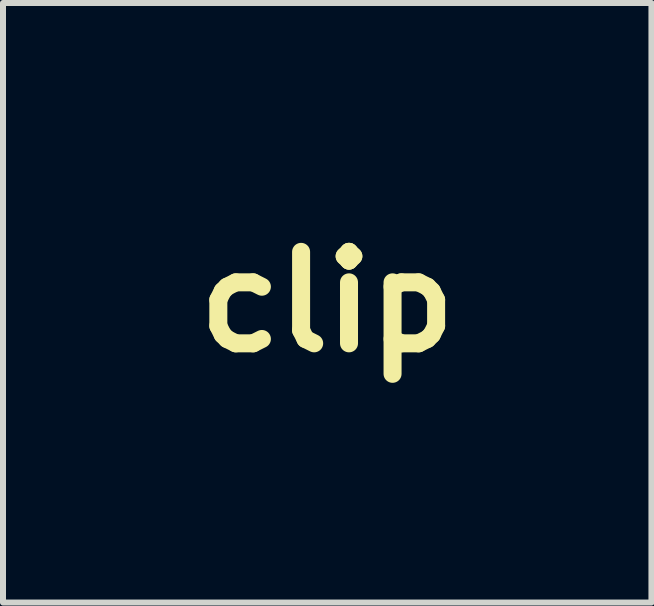
<source format=kicad_pcb>
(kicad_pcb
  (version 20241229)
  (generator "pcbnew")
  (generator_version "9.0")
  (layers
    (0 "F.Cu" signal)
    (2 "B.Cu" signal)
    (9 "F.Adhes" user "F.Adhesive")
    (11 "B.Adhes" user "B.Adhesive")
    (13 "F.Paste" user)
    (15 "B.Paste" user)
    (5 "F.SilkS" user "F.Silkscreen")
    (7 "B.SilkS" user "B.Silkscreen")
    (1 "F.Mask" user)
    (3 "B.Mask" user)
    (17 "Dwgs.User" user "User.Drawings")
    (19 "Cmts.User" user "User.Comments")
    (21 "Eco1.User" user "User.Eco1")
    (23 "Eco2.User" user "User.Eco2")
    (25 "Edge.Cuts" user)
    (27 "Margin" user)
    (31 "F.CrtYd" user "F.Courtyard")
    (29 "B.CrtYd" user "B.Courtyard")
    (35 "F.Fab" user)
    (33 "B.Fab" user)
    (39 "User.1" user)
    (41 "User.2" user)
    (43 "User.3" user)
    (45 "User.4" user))
  (footprint "clip"
    (layer "F.Cu")
    (at 2.402 1.981)
    (property "Reference" "clip" (at 0 0 0) (layer "F.SilkS") (effects (font (size 1.524 1.524) (thickness 0.3))))
    (attr through_hole)
    (fp_poly (pts (xy 0.095 -0.476) (xy 0.141 -0.473) (xy 0.176 -0.468) (xy 0.207 -0.458) (xy 0.242 -0.442) (xy 0.247 -0.439) (xy 0.338 -0.381) (xy 0.416 -0.304) (xy 0.475 -0.214) (xy 0.477 -0.209) (xy 0.494 -0.173) (xy 0.505 -0.142) (xy 0.511 -0.108) (xy 0.514 -0.065) (xy 0.514 -0.004) (xy 0.514 0.006) (xy 0.514 0.07) (xy 0.511 0.115) (xy 0.506 0.15) (xy 0.496 0.181) (xy 0.48 0.216) (xy 0.477 0.222) (xy 0.42 0.311) (xy 0.346 0.387) (xy 0.259 0.446) (xy 0.25 0.45) (xy 0.208 0.469) (xy 0.167 0.48) (xy 0.12 0.487) (xy 0.06 0.49) (xy 0.000223 0.491) (xy -0.056 0.488) (xy -0.101 0.483) (xy -0.111 0.481) (xy -0.19 0.451) (xy -0.266 0.4) (xy -0.335 0.334) (xy -0.392 0.258) (xy -0.432 0.177) (xy -0.445 0.13) (xy -0.458 0.014) (xy -0.447 -0.096) (xy -0.415 -0.198) (xy -0.363 -0.29) (xy -0.291 -0.368) (xy -0.201 -0.43) (xy -0.184 -0.439) (xy -0.148 -0.456) (xy -0.117 -0.466) (xy -0.083 -0.473) (xy -0.04 -0.476) (xy 0.021 -0.476) (xy 0.032 -0.476) (xy 0.095 -0.476)) (stroke (width 0.01) (type solid)) (fill yes) (layer "F.Mask"))
    (fp_poly (pts (xy 0.071 -1.975) (xy 0.129 -1.97) (xy 0.358 -1.934) (xy 0.577 -1.876) (xy 0.784 -1.797) (xy 0.978 -1.697) (xy 1.159 -1.577) (xy 1.325 -1.44) (xy 1.474 -1.284) (xy 1.606 -1.113) (xy 1.72 -0.926) (xy 1.814 -0.724) (xy 1.887 -0.509) (xy 1.903 -0.45) (xy 1.943 -0.254) (xy 1.963 -0.068) (xy 1.962 0.109) (xy 1.957 0.167) (xy 1.921 0.396) (xy 1.863 0.615) (xy 1.784 0.822) (xy 1.684 1.016) (xy 1.565 1.196) (xy 1.428 1.361) (xy 1.274 1.51) (xy 1.104 1.642) (xy 0.919 1.755) (xy 0.72 1.849) (xy 0.509 1.922) (xy 0.286 1.974) (xy 0.193 1.988) (xy 0.055 2.002) (xy -0.074 2.003) (xy -0.207 1.993) (xy -0.255 1.987) (xy -0.481 1.944) (xy -0.696 1.879) (xy -0.9 1.792) (xy -1.09 1.685) (xy -1.266 1.559) (xy -1.427 1.415) (xy -1.571 1.253) (xy -1.697 1.076) (xy -1.805 0.884) (xy -1.892 0.678) (xy -1.953 0.475) (xy -1.994 0.279) (xy -2.014 0.094) (xy -2.013 0.022) (xy -1.56 0.022) (xy -1.558 0.034) (xy -1.544 0.046) (xy -1.518 0.06) (xy -1.503 0.064) (xy -1.487 0.071) (xy -1.486 0.076) (xy -1.475 0.087) (xy -1.463 0.089) (xy -1.438 0.095) (xy -1.403 0.109) (xy -1.39 0.115) (xy -1.343 0.135) (xy -1.293 0.152) (xy -1.286 0.154) (xy -1.253 0.165) (xy -1.234 0.175) (xy -1.232 0.178) (xy -1.221 0.186) (xy -1.193 0.195) (xy -1.184 0.197) (xy -1.148 0.207) (xy -1.12 0.22) (xy -1.118 0.222) (xy -1.099 0.236) (xy -1.092 0.24) (xy -1.077 0.244) (xy -1.05 0.253) (xy -1.011 0.266) (xy -0.981 0.275) (xy -0.945 0.288) (xy -0.921 0.3) (xy -0.894 0.314) (xy -0.879 0.318) (xy -0.857 0.325) (xy -0.829 0.343) (xy -0.829 0.343) (xy -0.811 0.36) (xy -0.81 0.368) (xy -0.812 0.368) (xy -0.824 0.378) (xy -0.824 0.384) (xy -0.828 0.415) (xy -0.844 0.457) (xy -0.852 0.473) (xy -0.862 0.505) (xy -0.864 0.519) (xy -0.872 0.543) (xy -0.883 0.551) (xy -0.897 0.568) (xy -0.902 0.593) (xy -0.909 0.629) (xy -0.926 0.665) (xy -0.927 0.667) (xy -0.944 0.699) (xy -0.952 0.726) (xy -0.952 0.727) (xy -0.962 0.751) (xy -0.972 0.757) (xy -0.987 0.775) (xy -0.991 0.789) (xy -0.996 0.816) (xy -1.009 0.852) (xy -1.016 0.866) (xy -1.03 0.899) (xy -1.036 0.922) (xy -1.035 0.927) (xy -1.038 0.942) (xy -1.048 0.953) (xy -1.063 0.977) (xy -1.067 0.999) (xy -1.074 1.025) (xy -1.086 1.037) (xy -1.101 1.054) (xy -1.105 1.08) (xy -1.098 1.095) (xy -1.083 1.095) (xy -1.056 1.085) (xy -1.056 1.085) (xy -1.026 1.072) (xy -1.005 1.067) (xy -0.982 1.061) (xy -0.954 1.049) (xy -0.896 1.02) (xy -0.828 0.991) (xy -0.764 0.966) (xy -0.756 0.963) (xy -0.723 0.951) (xy -0.701 0.942) (xy -0.699 0.94) (xy -0.68 0.927) (xy -0.648 0.912) (xy -0.616 0.9) (xy -0.596 0.895) (xy -0.571 0.887) (xy -0.545 0.873) (xy -0.51 0.855) (xy -0.483 0.844) (xy -0.451 0.832) (xy -0.434 0.822) (xy -0.406 0.808) (xy -0.396 0.806) (xy -0.365 0.799) (xy -0.352 0.794) (xy -0.336 0.792) (xy -0.326 0.809) (xy -0.322 0.824) (xy -0.312 0.856) (xy -0.298 0.877) (xy -0.287 0.898) (xy -0.288 0.909) (xy -0.286 0.933) (xy -0.276 0.95) (xy -0.26 0.978) (xy -0.248 1.012) (xy -0.237 1.045) (xy -0.221 1.067) (xy -0.207 1.092) (xy -0.203 1.111) (xy -0.196 1.14) (xy -0.187 1.154) (xy -0.174 1.173) (xy -0.16 1.208) (xy -0.153 1.231) (xy -0.141 1.267) (xy -0.13 1.291) (xy -0.125 1.295) (xy -0.116 1.306) (xy -0.114 1.32) (xy -0.108 1.344) (xy -0.102 1.353) (xy -0.092 1.37) (xy -0.089 1.39) (xy -0.081 1.42) (xy -0.07 1.435) (xy -0.054 1.458) (xy -0.051 1.471) (xy -0.043 1.495) (xy -0.03 1.514) (xy -0.016 1.526) (xy -0.005 1.525) (xy 0.01 1.506) (xy 0.021 1.489) (xy 0.039 1.456) (xy 0.049 1.43) (xy 0.05 1.424) (xy 0.057 1.402) (xy 0.073 1.371) (xy 0.075 1.367) (xy 0.095 1.326) (xy 0.108 1.281) (xy 0.108 1.28) (xy 0.116 1.249) (xy 0.125 1.233) (xy 0.127 1.232) (xy 0.136 1.221) (xy 0.146 1.192) (xy 0.152 1.169) (xy 0.164 1.13) (xy 0.178 1.1) (xy 0.185 1.091) (xy 0.201 1.068) (xy 0.203 1.055) (xy 0.21 1.029) (xy 0.223 1.006) (xy 0.237 0.98) (xy 0.24 0.962) (xy 0.243 0.94) (xy 0.257 0.901) (xy 0.283 0.842) (xy 0.284 0.838) (xy 0.301 0.805) (xy 0.317 0.779) (xy 0.328 0.768) (xy 0.33 0.77) (xy 0.341 0.782) (xy 0.369 0.791) (xy 0.38 0.794) (xy 0.416 0.803) (xy 0.442 0.817) (xy 0.445 0.82) (xy 0.469 0.835) (xy 0.49 0.838) (xy 0.516 0.843) (xy 0.527 0.851) (xy 0.545 0.861) (xy 0.563 0.864) (xy 0.592 0.871) (xy 0.626 0.887) (xy 0.629 0.889) (xy 0.66 0.906) (xy 0.685 0.914) (xy 0.687 0.914) (xy 0.713 0.923) (xy 0.724 0.933) (xy 0.749 0.949) (xy 0.769 0.953) (xy 0.795 0.957) (xy 0.806 0.965) (xy 0.824 0.976) (xy 0.839 0.978) (xy 0.859 0.983) (xy 0.864 0.991) (xy 0.874 1.001) (xy 0.888 1.003) (xy 0.913 1.009) (xy 0.921 1.016) (xy 0.938 1.026) (xy 0.958 1.029) (xy 0.988 1.036) (xy 1.003 1.048) (xy 1.024 1.062) (xy 1.048 1.066) (xy 1.064 1.06) (xy 1.067 1.053) (xy 1.061 1.032) (xy 1.051 1.012) (xy 1.033 0.975) (xy 1.017 0.932) (xy 1.006 0.894) (xy 1.003 0.876) (xy 0.994 0.854) (xy 0.981 0.843) (xy 0.963 0.82) (xy 0.955 0.794) (xy 0.947 0.756) (xy 0.935 0.726) (xy 0.917 0.69) (xy 0.901 0.649) (xy 0.9 0.648) (xy 0.887 0.616) (xy 0.874 0.596) (xy 0.872 0.595) (xy 0.861 0.577) (xy 0.856 0.553) (xy 0.847 0.52) (xy 0.829 0.482) (xy 0.826 0.478) (xy 0.809 0.445) (xy 0.8 0.418) (xy 0.8 0.414) (xy 0.79 0.392) (xy 0.78 0.385) (xy 0.768 0.376) (xy 0.776 0.368) (xy 0.784 0.356) (xy 0.771 0.337) (xy 0.77 0.337) (xy 0.754 0.311) (xy 0.749 0.294) (xy 0.752 0.281) (xy 0.761 0.291) (xy 0.761 0.291) (xy 0.773 0.302) (xy 0.788 0.294) (xy 0.792 0.291) (xy 0.825 0.263) (xy 0.844 0.25) (xy 0.854 0.249) (xy 0.856 0.25) (xy 0.87 0.25) (xy 0.88 0.243) (xy 0.899 0.235) (xy 0.906 0.237) (xy 0.92 0.236) (xy 0.935 0.227) (xy 0.958 0.213) (xy 0.97 0.21) (xy 0.988 0.204) (xy 1.021 0.191) (xy 1.061 0.173) (xy 1.101 0.154) (xy 1.13 0.138) (xy 1.147 0.129) (xy 1.165 0.121) (xy 1.193 0.112) (xy 1.229 0.101) (xy 1.261 0.089) (xy 1.28 0.078) (xy 1.283 0.074) (xy 1.293 0.065) (xy 1.307 0.064) (xy 1.332 0.058) (xy 1.34 0.051) (xy 1.357 0.041) (xy 1.377 0.038) (xy 1.407 0.031) (xy 1.422 0.02) (xy 1.447 0.003) (xy 1.464 -0.002) (xy 1.489 -0.012) (xy 1.492 -0.027) (xy 1.471 -0.046) (xy 1.442 -0.062) (xy 1.37 -0.095) (xy 1.316 -0.119) (xy 1.274 -0.136) (xy 1.239 -0.149) (xy 1.226 -0.153) (xy 1.187 -0.167) (xy 1.155 -0.183) (xy 1.15 -0.186) (xy 1.118 -0.2) (xy 1.097 -0.203) (xy 1.068 -0.211) (xy 1.055 -0.221) (xy 1.033 -0.234) (xy 1.021 -0.233) (xy 1.006 -0.233) (xy 1.003 -0.238) (xy 0.992 -0.249) (xy 0.964 -0.26) (xy 0.944 -0.266) (xy 0.903 -0.279) (xy 0.868 -0.294) (xy 0.859 -0.299) (xy 0.832 -0.313) (xy 0.815 -0.318) (xy 0.793 -0.325) (xy 0.77 -0.34) (xy 0.75 -0.362) (xy 0.748 -0.391) (xy 0.75 -0.401) (xy 0.763 -0.441) (xy 0.779 -0.471) (xy 0.795 -0.503) (xy 0.8 -0.529) (xy 0.808 -0.554) (xy 0.819 -0.563) (xy 0.836 -0.58) (xy 0.838 -0.59) (xy 0.842 -0.617) (xy 0.851 -0.651) (xy 0.863 -0.684) (xy 0.874 -0.706) (xy 0.879 -0.711) (xy 0.887 -0.722) (xy 0.889 -0.736) (xy 0.895 -0.76) (xy 0.902 -0.768) (xy 0.912 -0.786) (xy 0.914 -0.806) (xy 0.922 -0.836) (xy 0.933 -0.851) (xy 0.95 -0.874) (xy 0.953 -0.887) (xy 0.959 -0.911) (xy 0.976 -0.943) (xy 0.978 -0.946) (xy 0.995 -0.98) (xy 1.003 -1.011) (xy 1.003 -1.013) (xy 1.008 -1.035) (xy 1.016 -1.041) (xy 1.025 -1.052) (xy 1.029 -1.074) (xy 1.026 -1.097) (xy 1.019 -1.102) (xy 0.994 -1.091) (xy 0.957 -1.075) (xy 0.916 -1.057) (xy 0.895 -1.049) (xy 0.86 -1.034) (xy 0.816 -1.014) (xy 0.8 -1.007) (xy 0.755 -0.987) (xy 0.711 -0.97) (xy 0.699 -0.965) (xy 0.659 -0.949) (xy 0.612 -0.93) (xy 0.597 -0.922) (xy 0.563 -0.907) (xy 0.539 -0.897) (xy 0.533 -0.895) (xy 0.519 -0.889) (xy 0.489 -0.876) (xy 0.466 -0.866) (xy 0.428 -0.85) (xy 0.398 -0.84) (xy 0.388 -0.838) (xy 0.367 -0.829) (xy 0.355 -0.819) (xy 0.34 -0.806) (xy 0.333 -0.805) (xy 0.319 -0.806) (xy 0.297 -0.8) (xy 0.274 -0.795) (xy 0.263 -0.808) (xy 0.259 -0.819) (xy 0.247 -0.844) (xy 0.236 -0.855) (xy 0.224 -0.871) (xy 0.213 -0.902) (xy 0.211 -0.914) (xy 0.202 -0.948) (xy 0.188 -0.97) (xy 0.184 -0.973) (xy 0.171 -0.985) (xy 0.172 -0.991) (xy 0.173 -1.01) (xy 0.167 -1.025) (xy 0.155 -1.051) (xy 0.139 -1.087) (xy 0.134 -1.099) (xy 0.117 -1.136) (xy 0.103 -1.166) (xy 0.1 -1.171) (xy 0.09 -1.2) (xy 0.089 -1.212) (xy 0.083 -1.235) (xy 0.067 -1.267) (xy 0.064 -1.273) (xy 0.047 -1.305) (xy 0.038 -1.332) (xy 0.038 -1.335) (xy 0.029 -1.36) (xy 0.019 -1.372) (xy 0.003 -1.397) (xy -0.000397 -1.414) (xy -0.007 -1.442) (xy -0.024 -1.478) (xy -0.031 -1.49) (xy -0.061 -1.54) (xy -0.081 -1.509) (xy -0.099 -1.473) (xy -0.109 -1.438) (xy -0.117 -1.41) (xy -0.125 -1.397) (xy -0.126 -1.397) (xy -0.135 -1.386) (xy -0.147 -1.359) (xy -0.151 -1.349) (xy -0.182 -1.266) (xy -0.215 -1.192) (xy -0.223 -1.177) (xy -0.236 -1.144) (xy -0.241 -1.117) (xy -0.247 -1.093) (xy -0.254 -1.086) (xy -0.265 -1.068) (xy -0.267 -1.053) (xy -0.272 -1.033) (xy -0.279 -1.029) (xy -0.29 -1.022) (xy -0.29 -1.019) (xy -0.293 -1.002) (xy -0.303 -0.974) (xy -0.313 -0.944) (xy -0.318 -0.925) (xy -0.323 -0.905) (xy -0.335 -0.878) (xy -0.354 -0.84) (xy -0.369 -0.809) (xy -0.386 -0.785) (xy -0.408 -0.78) (xy -0.412 -0.781) (xy -0.477 -0.8) (xy -0.518 -0.815) (xy -0.533 -0.826) (xy -0.533 -0.828) (xy -0.544 -0.836) (xy -0.565 -0.838) (xy -0.589 -0.843) (xy -0.597 -0.851) (xy -0.608 -0.861) (xy -0.625 -0.864) (xy -0.659 -0.872) (xy -0.677 -0.882) (xy -0.705 -0.896) (xy -0.744 -0.907) (xy -0.751 -0.908) (xy -0.785 -0.918) (xy -0.806 -0.931) (xy -0.809 -0.935) (xy -0.825 -0.949) (xy -0.846 -0.953) (xy -0.869 -0.957) (xy -0.876 -0.965) (xy -0.887 -0.976) (xy -0.899 -0.978) (xy -0.924 -0.983) (xy -0.959 -0.997) (xy -0.972 -1.003) (xy -1.009 -1.019) (xy -1.043 -1.028) (xy -1.05 -1.029) (xy -1.074 -1.036) (xy -1.079 -1.048) (xy -1.09 -1.063) (xy -1.106 -1.067) (xy -1.125 -1.063) (xy -1.128 -1.047) (xy -1.125 -1.032) (xy -1.113 -0.997) (xy -1.095 -0.957) (xy -1.091 -0.949) (xy -1.076 -0.914) (xy -1.067 -0.886) (xy -1.067 -0.881) (xy -1.058 -0.859) (xy -1.038 -0.837) (xy -1.022 -0.82) (xy -1.027 -0.813) (xy -1.027 -0.813) (xy -1.038 -0.807) (xy -1.032 -0.797) (xy -1.02 -0.775) (xy -1.006 -0.741) (xy -1.004 -0.734) (xy -0.988 -0.693) (xy -0.967 -0.646) (xy -0.958 -0.628) (xy -0.941 -0.593) (xy -0.934 -0.566) (xy -0.934 -0.558) (xy -0.933 -0.547) (xy -0.93 -0.546) (xy -0.919 -0.535) (xy -0.906 -0.508) (xy -0.902 -0.495) (xy -0.889 -0.464) (xy -0.877 -0.446) (xy -0.874 -0.445) (xy -0.866 -0.434) (xy -0.864 -0.42) (xy -0.858 -0.395) (xy -0.851 -0.387) (xy -0.843 -0.372) (xy -0.845 -0.368) (xy -0.846 -0.348) (xy -0.84 -0.334) (xy -0.838 -0.309) (xy -0.854 -0.288) (xy -0.882 -0.279) (xy -0.899 -0.271) (xy -0.902 -0.262) (xy -0.912 -0.25) (xy -0.934 -0.251) (xy -0.97 -0.248) (xy -0.988 -0.238) (xy -1.015 -0.222) (xy -1.052 -0.21) (xy -1.056 -0.209) (xy -1.089 -0.199) (xy -1.108 -0.186) (xy -1.11 -0.183) (xy -1.127 -0.168) (xy -1.143 -0.165) (xy -1.176 -0.16) (xy -1.191 -0.154) (xy -1.216 -0.142) (xy -1.252 -0.125) (xy -1.264 -0.121) (xy -1.31 -0.1) (xy -1.356 -0.078) (xy -1.361 -0.075) (xy -1.4 -0.059) (xy -1.435 -0.051) (xy -1.441 -0.051) (xy -1.469 -0.044) (xy -1.482 -0.031) (xy -1.496 -0.017) (xy -1.505 -0.017) (xy -1.525 -0.014) (xy -1.545 0.002) (xy -1.56 0.022) (xy -2.013 0.022) (xy -2.013 -0.084) (xy -2.008 -0.142) (xy -1.972 -0.371) (xy -1.914 -0.59) (xy -1.835 -0.797) (xy -1.735 -0.991) (xy -1.615 -1.172) (xy -1.478 -1.337) (xy -1.322 -1.487) (xy -1.151 -1.619) (xy -0.964 -1.732) (xy -0.762 -1.826) (xy -0.547 -1.9) (xy -0.488 -1.915) (xy -0.292 -1.956) (xy -0.106 -1.976) (xy 0.071 -1.975)) (stroke (width 0.01) (type solid)) (fill yes) (layer "F.Mask")))
  (gr_rect
    (start -3 -3)
    (end 7.804 6.989)
    (stroke (width 0.1) (type default))
    (fill no)
    (layer "Edge.Cuts")))
</source>
